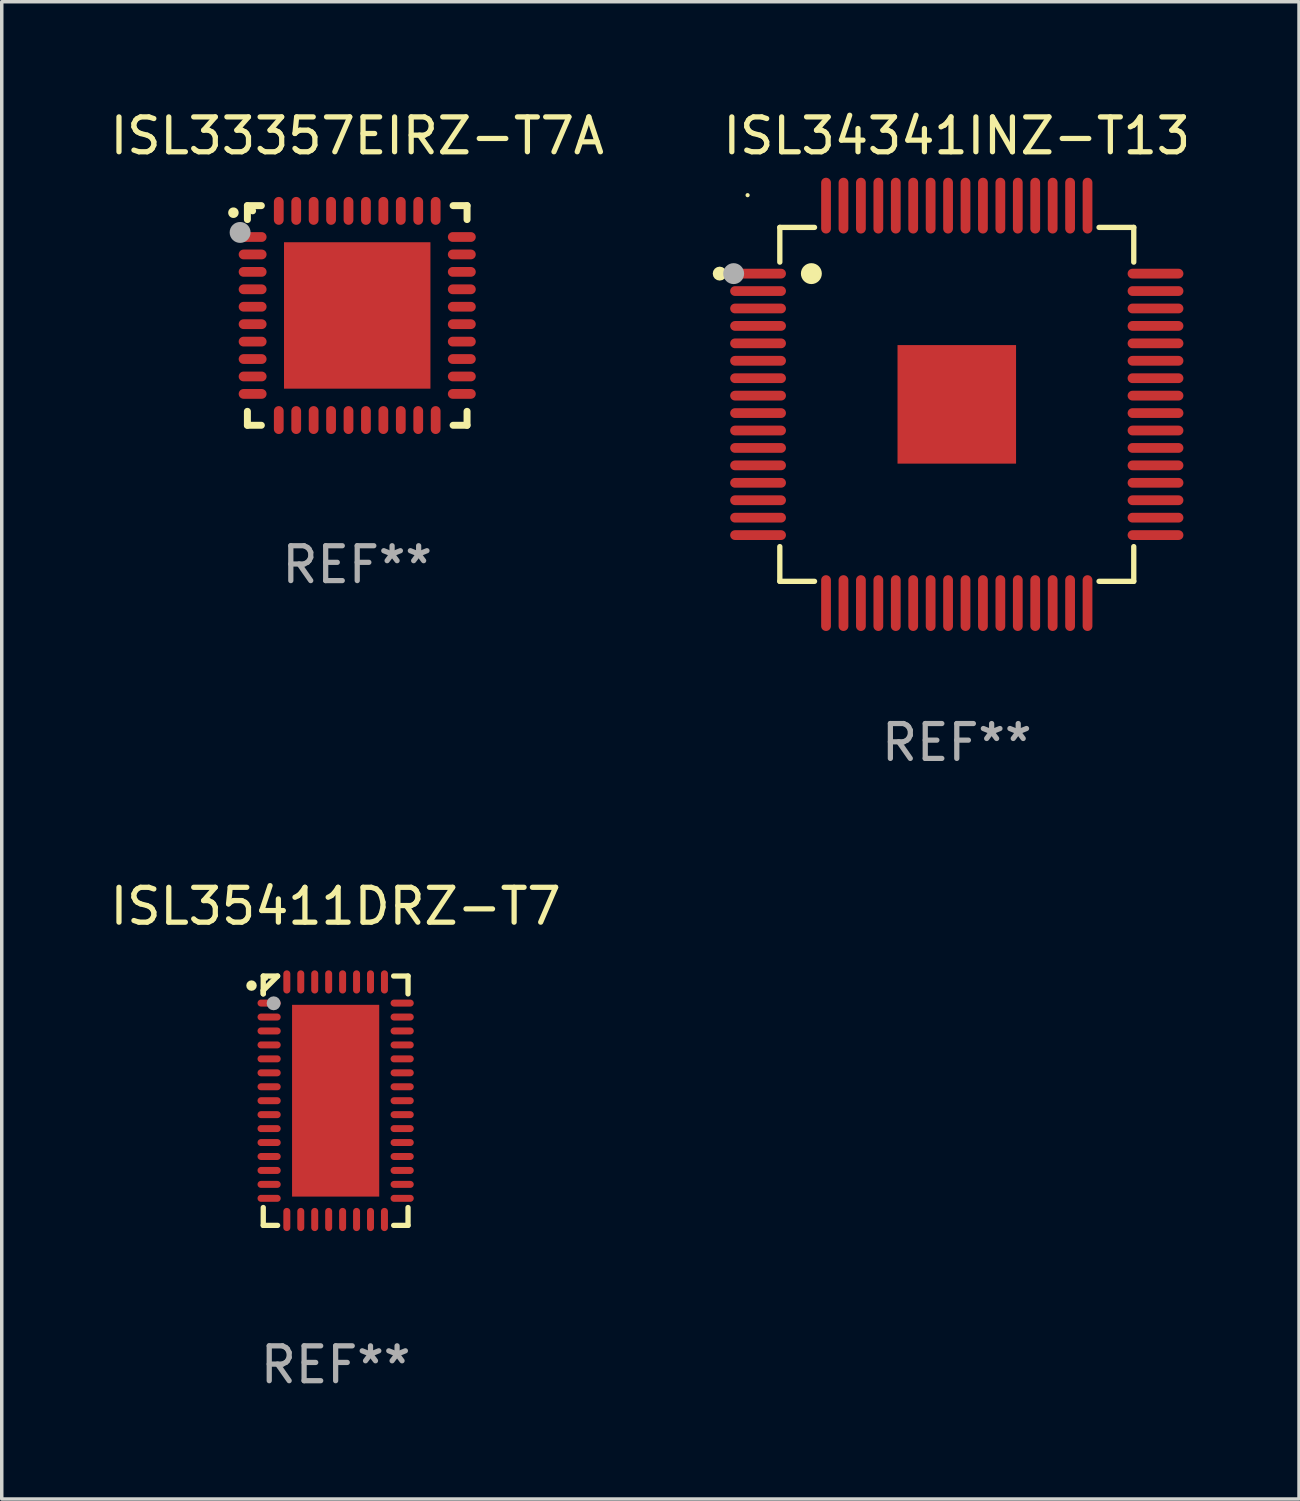
<source format=kicad_pcb>
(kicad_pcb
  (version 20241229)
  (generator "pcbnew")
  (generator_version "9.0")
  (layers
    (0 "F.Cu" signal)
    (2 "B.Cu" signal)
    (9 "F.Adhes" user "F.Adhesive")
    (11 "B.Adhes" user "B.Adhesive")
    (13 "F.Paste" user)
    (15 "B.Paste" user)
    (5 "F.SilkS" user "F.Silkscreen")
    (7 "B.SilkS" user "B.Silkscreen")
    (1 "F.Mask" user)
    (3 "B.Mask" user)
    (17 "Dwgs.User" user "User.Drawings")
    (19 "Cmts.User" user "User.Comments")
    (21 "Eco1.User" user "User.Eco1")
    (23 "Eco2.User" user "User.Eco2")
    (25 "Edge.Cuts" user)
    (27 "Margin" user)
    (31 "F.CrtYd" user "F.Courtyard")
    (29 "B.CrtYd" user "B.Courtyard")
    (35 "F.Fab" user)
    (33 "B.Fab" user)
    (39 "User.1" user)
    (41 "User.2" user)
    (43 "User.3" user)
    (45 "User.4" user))
  (footprint "ISL35411DRZ-T7"
    (layer "F.Cu")
    (at 6.577 28.521)
    (property "Reference" "ISL35411DRZ-T7" (at 0 -5.576 0) (layer "F.SilkS") (effects (font (size 1 1) (thickness 0.15))))
    (attr through_hole)
    (fp_line (start -2.076 -3.576) (end -1.664 -3.576) (stroke (width 0.152) (type solid)) (layer "F.SilkS"))
    (fp_line (start -2.076 -3.164) (end -2.076 -3.065) (stroke (width 0.152) (type solid)) (layer "F.SilkS"))
    (fp_line (start -2.076 -3.064) (end -2.076 -3.576) (stroke (width 0.152) (type solid)) (layer "F.SilkS"))
    (fp_line (start -2.076 3.064) (end -2.076 3.576) (stroke (width 0.152) (type solid)) (layer "F.SilkS"))
    (fp_line (start -2.076 3.576) (end -1.664 3.576) (stroke (width 0.152) (type solid)) (layer "F.SilkS"))
    (fp_line (start -1.664 -3.576) (end -2.076 -3.164) (stroke (width 0.152) (type solid)) (layer "F.SilkS"))
    (fp_line (start 2.076 -3.576) (end 1.664 -3.576) (stroke (width 0.152) (type solid)) (layer "F.SilkS"))
    (fp_line (start 2.076 -3.064) (end 2.076 -3.576) (stroke (width 0.152) (type solid)) (layer "F.SilkS"))
    (fp_line (start 2.076 3.064) (end 2.076 3.576) (stroke (width 0.152) (type solid)) (layer "F.SilkS"))
    (fp_line (start 2.076 3.576) (end 1.664 3.576) (stroke (width 0.152) (type solid)) (layer "F.SilkS"))
    (fp_circle (center -2.413 -3.302) (end -2.338 -3.302) (stroke (width 0.15) (type solid)) (fill no) (layer "F.SilkS"))
    (fp_circle (center -2 -3.5) (end -1.97 -3.5) (stroke (width 0.06) (type solid)) (fill no) (layer "F.SilkS"))
    (fp_circle (center -1.778 -2.794) (end -1.678 -2.794) (stroke (width 0.2) (type solid)) (fill no) (layer "F.Fab"))
    (fp_text user "REF**" (at 0 7.576 0) (layer "F.Fab") (effects (font (size 1 1) (thickness 0.15))))
    (pad "1" smd oval (at -1.908 -2.8) (size 0.665 0.2) (layers "F.Cu" "F.Mask" "F.Paste"))
    (pad "2" smd oval (at -1.908 -2.4) (size 0.665 0.2) (layers "F.Cu" "F.Mask" "F.Paste"))
    (pad "3" smd oval (at -1.908 -2) (size 0.665 0.2) (layers "F.Cu" "F.Mask" "F.Paste"))
    (pad "4" smd oval (at -1.908 -1.6) (size 0.665 0.2) (layers "F.Cu" "F.Mask" "F.Paste"))
    (pad "5" smd oval (at -1.908 -1.2) (size 0.665 0.2) (layers "F.Cu" "F.Mask" "F.Paste"))
    (pad "6" smd oval (at -1.908 -0.8) (size 0.665 0.2) (layers "F.Cu" "F.Mask" "F.Paste"))
    (pad "7" smd oval (at -1.908 -0.4) (size 0.665 0.2) (layers "F.Cu" "F.Mask" "F.Paste"))
    (pad "8" smd oval (at -1.908 0) (size 0.665 0.2) (layers "F.Cu" "F.Mask" "F.Paste"))
    (pad "9" smd oval (at -1.908 0.4) (size 0.665 0.2) (layers "F.Cu" "F.Mask" "F.Paste"))
    (pad "10" smd oval (at -1.908 0.8) (size 0.665 0.2) (layers "F.Cu" "F.Mask" "F.Paste"))
    (pad "11" smd oval (at -1.908 1.2) (size 0.665 0.2) (layers "F.Cu" "F.Mask" "F.Paste"))
    (pad "12" smd oval (at -1.908 1.6) (size 0.665 0.2) (layers "F.Cu" "F.Mask" "F.Paste"))
    (pad "13" smd oval (at -1.908 2) (size 0.665 0.2) (layers "F.Cu" "F.Mask" "F.Paste"))
    (pad "14" smd oval (at -1.908 2.4) (size 0.665 0.2) (layers "F.Cu" "F.Mask" "F.Paste"))
    (pad "15" smd oval (at -1.908 2.8) (size 0.665 0.2) (layers "F.Cu" "F.Mask" "F.Paste"))
    (pad "16" smd oval (at -1.4 3.407) (size 0.2 0.665) (layers "F.Cu" "F.Mask" "F.Paste"))
    (pad "17" smd oval (at -1 3.407) (size 0.2 0.665) (layers "F.Cu" "F.Mask" "F.Paste"))
    (pad "18" smd oval (at -0.6 3.407) (size 0.2 0.665) (layers "F.Cu" "F.Mask" "F.Paste"))
    (pad "19" smd oval (at -0.2 3.407) (size 0.2 0.665) (layers "F.Cu" "F.Mask" "F.Paste"))
    (pad "20" smd oval (at 0.2 3.407) (size 0.2 0.665) (layers "F.Cu" "F.Mask" "F.Paste"))
    (pad "21" smd oval (at 0.6 3.407) (size 0.2 0.665) (layers "F.Cu" "F.Mask" "F.Paste"))
    (pad "22" smd oval (at 1 3.407) (size 0.2 0.665) (layers "F.Cu" "F.Mask" "F.Paste"))
    (pad "23" smd oval (at 1.4 3.407) (size 0.2 0.665) (layers "F.Cu" "F.Mask" "F.Paste"))
    (pad "24" smd oval (at 1.908 2.8) (size 0.665 0.2) (layers "F.Cu" "F.Mask" "F.Paste"))
    (pad "25" smd oval (at 1.908 2.4) (size 0.665 0.2) (layers "F.Cu" "F.Mask" "F.Paste"))
    (pad "26" smd oval (at 1.908 2) (size 0.665 0.2) (layers "F.Cu" "F.Mask" "F.Paste"))
    (pad "27" smd oval (at 1.908 1.6) (size 0.665 0.2) (layers "F.Cu" "F.Mask" "F.Paste"))
    (pad "28" smd oval (at 1.908 1.2) (size 0.665 0.2) (layers "F.Cu" "F.Mask" "F.Paste"))
    (pad "29" smd oval (at 1.908 0.8) (size 0.665 0.2) (layers "F.Cu" "F.Mask" "F.Paste"))
    (pad "30" smd oval (at 1.908 0.4) (size 0.665 0.2) (layers "F.Cu" "F.Mask" "F.Paste"))
    (pad "31" smd oval (at 1.908 0) (size 0.665 0.2) (layers "F.Cu" "F.Mask" "F.Paste"))
    (pad "32" smd oval (at 1.908 -0.4) (size 0.665 0.2) (layers "F.Cu" "F.Mask" "F.Paste"))
    (pad "33" smd oval (at 1.908 -0.8) (size 0.665 0.2) (layers "F.Cu" "F.Mask" "F.Paste"))
    (pad "34" smd oval (at 1.908 -1.2) (size 0.665 0.2) (layers "F.Cu" "F.Mask" "F.Paste"))
    (pad "35" smd oval (at 1.908 -1.6) (size 0.665 0.2) (layers "F.Cu" "F.Mask" "F.Paste"))
    (pad "36" smd oval (at 1.908 -2) (size 0.665 0.2) (layers "F.Cu" "F.Mask" "F.Paste"))
    (pad "37" smd oval (at 1.908 -2.4) (size 0.665 0.2) (layers "F.Cu" "F.Mask" "F.Paste"))
    (pad "38" smd oval (at 1.908 -2.8) (size 0.665 0.2) (layers "F.Cu" "F.Mask" "F.Paste"))
    (pad "39" smd oval (at 1.4 -3.407) (size 0.2 0.665) (layers "F.Cu" "F.Mask" "F.Paste"))
    (pad "40" smd oval (at 1 -3.407) (size 0.2 0.665) (layers "F.Cu" "F.Mask" "F.Paste"))
    (pad "41" smd oval (at 0.6 -3.407) (size 0.2 0.665) (layers "F.Cu" "F.Mask" "F.Paste"))
    (pad "42" smd oval (at 0.2 -3.407) (size 0.2 0.665) (layers "F.Cu" "F.Mask" "F.Paste"))
    (pad "43" smd oval (at -0.2 -3.407) (size 0.2 0.665) (layers "F.Cu" "F.Mask" "F.Paste"))
    (pad "44" smd oval (at -0.6 -3.407) (size 0.2 0.665) (layers "F.Cu" "F.Mask" "F.Paste"))
    (pad "45" smd oval (at -1 -3.407) (size 0.2 0.665) (layers "F.Cu" "F.Mask" "F.Paste"))
    (pad "46" smd oval (at -1.4 -3.407) (size 0.2 0.665) (layers "F.Cu" "F.Mask" "F.Paste"))
    (pad "47" smd rect (at 0 0) (size 2.5 5.5) (layers "F.Cu" "F.Mask" "F.Paste")))
  (footprint "ISL33357EIRZ-T7A"
    (layer "F.Cu")
    (at 7.196 5.998)
    (property "Reference" "ISL33357EIRZ-T7A" (at 0 -5.15 0) (layer "F.SilkS") (effects (font (size 1 1) (thickness 0.15))))
    (attr through_hole)
    (fp_line (start -3.15 -3.15) (end -2.75 -3.15) (stroke (width 0.2) (type solid)) (layer "F.SilkS"))
    (fp_line (start -3.15 -2.75) (end -3.15 -3.15) (stroke (width 0.2) (type solid)) (layer "F.SilkS"))
    (fp_line (start -3.15 3.15) (end -3.15 2.75) (stroke (width 0.2) (type solid)) (layer "F.SilkS"))
    (fp_line (start -2.75 3.15) (end -3.15 3.15) (stroke (width 0.2) (type solid)) (layer "F.SilkS"))
    (fp_line (start 2.75 -3.15) (end 3.15 -3.15) (stroke (width 0.2) (type solid)) (layer "F.SilkS"))
    (fp_line (start 2.75 3.15) (end 3.15 3.15) (stroke (width 0.2) (type solid)) (layer "F.SilkS"))
    (fp_line (start 3.15 -3.15) (end 3.15 -2.75) (stroke (width 0.2) (type solid)) (layer "F.SilkS"))
    (fp_line (start 3.15 3.15) (end 3.15 2.75) (stroke (width 0.2) (type solid)) (layer "F.SilkS"))
    (fp_arc (start -3.550927 -2.946406) (mid -3.550932 -2.947676) (end -3.550927 -2.948946) (stroke (width 0.3) (type solid)) (layer "F.SilkS"))
    (fp_circle (center -3 -3) (end -2.95 -3) (stroke (width 0.1) (type solid)) (fill no) (layer "F.SilkS"))
    (fp_circle (center -3.359 -2.381) (end -3.209 -2.381) (stroke (width 0.3) (type solid)) (fill no) (layer "F.Fab"))
    (fp_text user "REF**" (at 0 7.15 0) (layer "F.Fab") (effects (font (size 1 1) (thickness 0.15))))
    (pad "1" smd oval (at -3 -2.25 90) (size 0.28 0.8) (layers "F.Cu" "F.Mask" "F.Paste"))
    (pad "2" smd oval (at -3 -1.75 90) (size 0.28 0.8) (layers "F.Cu" "F.Mask" "F.Paste"))
    (pad "3" smd oval (at -3 -1.25 90) (size 0.28 0.8) (layers "F.Cu" "F.Mask" "F.Paste"))
    (pad "4" smd oval (at -3 -0.75 90) (size 0.28 0.8) (layers "F.Cu" "F.Mask" "F.Paste"))
    (pad "5" smd oval (at -3 -0.25 90) (size 0.28 0.8) (layers "F.Cu" "F.Mask" "F.Paste"))
    (pad "6" smd oval (at -3 0.25 90) (size 0.28 0.8) (layers "F.Cu" "F.Mask" "F.Paste"))
    (pad "7" smd oval (at -3 0.75 90) (size 0.28 0.8) (layers "F.Cu" "F.Mask" "F.Paste"))
    (pad "8" smd oval (at -3 1.25 90) (size 0.28 0.8) (layers "F.Cu" "F.Mask" "F.Paste"))
    (pad "9" smd oval (at -3 1.75 90) (size 0.28 0.8) (layers "F.Cu" "F.Mask" "F.Paste"))
    (pad "10" smd oval (at -3 2.25 90) (size 0.28 0.8) (layers "F.Cu" "F.Mask" "F.Paste"))
    (pad "11" smd oval (at -2.25 3) (size 0.28 0.8) (layers "F.Cu" "F.Mask" "F.Paste"))
    (pad "12" smd oval (at -1.75 3) (size 0.28 0.8) (layers "F.Cu" "F.Mask" "F.Paste"))
    (pad "13" smd oval (at -1.25 3) (size 0.28 0.8) (layers "F.Cu" "F.Mask" "F.Paste"))
    (pad "14" smd oval (at -0.75 3) (size 0.28 0.8) (layers "F.Cu" "F.Mask" "F.Paste"))
    (pad "15" smd oval (at -0.25 3) (size 0.28 0.8) (layers "F.Cu" "F.Mask" "F.Paste"))
    (pad "16" smd oval (at 0.25 3) (size 0.28 0.8) (layers "F.Cu" "F.Mask" "F.Paste"))
    (pad "17" smd oval (at 0.75 3) (size 0.28 0.8) (layers "F.Cu" "F.Mask" "F.Paste"))
    (pad "18" smd oval (at 1.25 3) (size 0.28 0.8) (layers "F.Cu" "F.Mask" "F.Paste"))
    (pad "19" smd oval (at 1.75 3) (size 0.28 0.8) (layers "F.Cu" "F.Mask" "F.Paste"))
    (pad "20" smd oval (at 2.25 3) (size 0.28 0.8) (layers "F.Cu" "F.Mask" "F.Paste"))
    (pad "21" smd oval (at 3 2.25 90) (size 0.28 0.8) (layers "F.Cu" "F.Mask" "F.Paste"))
    (pad "22" smd oval (at 3 1.75 90) (size 0.28 0.8) (layers "F.Cu" "F.Mask" "F.Paste"))
    (pad "23" smd oval (at 3 1.25 90) (size 0.28 0.8) (layers "F.Cu" "F.Mask" "F.Paste"))
    (pad "24" smd oval (at 3 0.75 90) (size 0.28 0.8) (layers "F.Cu" "F.Mask" "F.Paste"))
    (pad "25" smd oval (at 3 0.25 90) (size 0.28 0.8) (layers "F.Cu" "F.Mask" "F.Paste"))
    (pad "26" smd oval (at 3 -0.25 90) (size 0.28 0.8) (layers "F.Cu" "F.Mask" "F.Paste"))
    (pad "27" smd oval (at 3 -0.75 90) (size 0.28 0.8) (layers "F.Cu" "F.Mask" "F.Paste"))
    (pad "28" smd oval (at 3 -1.25 90) (size 0.28 0.8) (layers "F.Cu" "F.Mask" "F.Paste"))
    (pad "29" smd oval (at 3 -1.75 90) (size 0.28 0.8) (layers "F.Cu" "F.Mask" "F.Paste"))
    (pad "30" smd oval (at 3 -2.25 90) (size 0.28 0.8) (layers "F.Cu" "F.Mask" "F.Paste"))
    (pad "31" smd oval (at 2.25 -3) (size 0.28 0.8) (layers "F.Cu" "F.Mask" "F.Paste"))
    (pad "32" smd oval (at 1.75 -3) (size 0.28 0.8) (layers "F.Cu" "F.Mask" "F.Paste"))
    (pad "33" smd oval (at 1.25 -3) (size 0.28 0.8) (layers "F.Cu" "F.Mask" "F.Paste"))
    (pad "34" smd oval (at 0.75 -3) (size 0.28 0.8) (layers "F.Cu" "F.Mask" "F.Paste"))
    (pad "35" smd oval (at 0.25 -3) (size 0.28 0.8) (layers "F.Cu" "F.Mask" "F.Paste"))
    (pad "36" smd oval (at -0.25 -3) (size 0.28 0.8) (layers "F.Cu" "F.Mask" "F.Paste"))
    (pad "37" smd oval (at -0.75 -3) (size 0.28 0.8) (layers "F.Cu" "F.Mask" "F.Paste"))
    (pad "38" smd oval (at -1.25 -3) (size 0.28 0.8) (layers "F.Cu" "F.Mask" "F.Paste"))
    (pad "39" smd oval (at -1.75 -3) (size 0.28 0.8) (layers "F.Cu" "F.Mask" "F.Paste"))
    (pad "40" smd oval (at -2.25 -3) (size 0.28 0.8) (layers "F.Cu" "F.Mask" "F.Paste"))
    (pad "41" smd rect (at -0.000102 0) (size 4.2 4.2) (layers "F.Cu" "F.Mask" "F.Paste")))
  (footprint "ISL34341INZ-T13"
    (layer "F.Cu")
    (at 24.393 8.548)
    (property "Reference" "ISL34341INZ-T13" (at 0 -7.7 0) (layer "F.SilkS") (effects (font (size 1 1) (thickness 0.15))))
    (attr through_hole)
    (fp_line (start -5.076 -5.076) (end -5.076 -4.08) (stroke (width 0.152) (type solid)) (layer "F.SilkS"))
    (fp_line (start -5.076 5.076) (end -5.076 4.08) (stroke (width 0.152) (type solid)) (layer "F.SilkS"))
    (fp_line (start -4.08 -5.076) (end -5.076 -5.076) (stroke (width 0.152) (type solid)) (layer "F.SilkS"))
    (fp_line (start -4.08 5.076) (end -5.076 5.076) (stroke (width 0.152) (type solid)) (layer "F.SilkS"))
    (fp_line (start 4.08 -5.076) (end 5.076 -5.076) (stroke (width 0.152) (type solid)) (layer "F.SilkS"))
    (fp_line (start 4.08 5.076) (end 5.076 5.076) (stroke (width 0.152) (type solid)) (layer "F.SilkS"))
    (fp_line (start 5.076 -5.076) (end 5.076 -4.08) (stroke (width 0.152) (type solid)) (layer "F.SilkS"))
    (fp_line (start 5.076 5.076) (end 5.076 4.08) (stroke (width 0.152) (type solid)) (layer "F.SilkS"))
    (fp_circle (center -6.8 -3.75) (end -6.7 -3.75) (stroke (width 0.2) (type solid)) (fill no) (layer "F.SilkS"))
    (fp_circle (center -6 -6) (end -5.97 -6) (stroke (width 0.06) (type solid)) (fill no) (layer "F.SilkS"))
    (fp_circle (center -4.171 -3.75) (end -4.021 -3.75) (stroke (width 0.3) (type solid)) (fill no) (layer "F.SilkS"))
    (fp_circle (center -6.4 -3.75) (end -6.25 -3.75) (stroke (width 0.3) (type solid)) (fill no) (layer "F.Fab"))
    (fp_text user "REF**" (at 0 9.7 0) (layer "F.Fab") (effects (font (size 1 1) (thickness 0.15))))
    (pad "1" smd oval (at -5.7 -3.75 270) (size 0.28 1.6) (layers "F.Cu" "F.Mask" "F.Paste"))
    (pad "2" smd oval (at -5.7 -3.25 270) (size 0.28 1.6) (layers "F.Cu" "F.Mask" "F.Paste"))
    (pad "3" smd oval (at -5.7 -2.75 270) (size 0.28 1.6) (layers "F.Cu" "F.Mask" "F.Paste"))
    (pad "4" smd oval (at -5.7 -2.25 270) (size 0.28 1.6) (layers "F.Cu" "F.Mask" "F.Paste"))
    (pad "5" smd oval (at -5.7 -1.75 270) (size 0.28 1.6) (layers "F.Cu" "F.Mask" "F.Paste"))
    (pad "6" smd oval (at -5.7 -1.25 270) (size 0.28 1.6) (layers "F.Cu" "F.Mask" "F.Paste"))
    (pad "7" smd oval (at -5.7 -0.75 270) (size 0.28 1.6) (layers "F.Cu" "F.Mask" "F.Paste"))
    (pad "8" smd oval (at -5.7 -0.25 270) (size 0.28 1.6) (layers "F.Cu" "F.Mask" "F.Paste"))
    (pad "9" smd oval (at -5.7 0.25 270) (size 0.28 1.6) (layers "F.Cu" "F.Mask" "F.Paste"))
    (pad "10" smd oval (at -5.7 0.75 270) (size 0.28 1.6) (layers "F.Cu" "F.Mask" "F.Paste"))
    (pad "11" smd oval (at -5.7 1.25 270) (size 0.28 1.6) (layers "F.Cu" "F.Mask" "F.Paste"))
    (pad "12" smd oval (at -5.7 1.75 270) (size 0.28 1.6) (layers "F.Cu" "F.Mask" "F.Paste"))
    (pad "13" smd oval (at -5.7 2.25 270) (size 0.28 1.6) (layers "F.Cu" "F.Mask" "F.Paste"))
    (pad "14" smd oval (at -5.7 2.75 270) (size 0.28 1.6) (layers "F.Cu" "F.Mask" "F.Paste"))
    (pad "15" smd oval (at -5.7 3.25 270) (size 0.28 1.6) (layers "F.Cu" "F.Mask" "F.Paste"))
    (pad "16" smd oval (at -5.7 3.75 270) (size 0.28 1.6) (layers "F.Cu" "F.Mask" "F.Paste"))
    (pad "17" smd oval (at -3.75 5.7 270) (size 1.6 0.28) (layers "F.Cu" "F.Mask" "F.Paste"))
    (pad "18" smd oval (at -3.25 5.7 270) (size 1.6 0.28) (layers "F.Cu" "F.Mask" "F.Paste"))
    (pad "19" smd oval (at -2.75 5.7 270) (size 1.6 0.28) (layers "F.Cu" "F.Mask" "F.Paste"))
    (pad "20" smd oval (at -2.25 5.7 270) (size 1.6 0.28) (layers "F.Cu" "F.Mask" "F.Paste"))
    (pad "21" smd oval (at -1.75 5.7 270) (size 1.6 0.28) (layers "F.Cu" "F.Mask" "F.Paste"))
    (pad "22" smd oval (at -1.25 5.7 270) (size 1.6 0.28) (layers "F.Cu" "F.Mask" "F.Paste"))
    (pad "23" smd oval (at -0.75 5.7 270) (size 1.6 0.28) (layers "F.Cu" "F.Mask" "F.Paste"))
    (pad "24" smd oval (at -0.25 5.7 270) (size 1.6 0.28) (layers "F.Cu" "F.Mask" "F.Paste"))
    (pad "25" smd oval (at 0.25 5.7 270) (size 1.6 0.28) (layers "F.Cu" "F.Mask" "F.Paste"))
    (pad "26" smd oval (at 0.75 5.7 270) (size 1.6 0.28) (layers "F.Cu" "F.Mask" "F.Paste"))
    (pad "27" smd oval (at 1.25 5.7 270) (size 1.6 0.28) (layers "F.Cu" "F.Mask" "F.Paste"))
    (pad "28" smd oval (at 1.75 5.7 270) (size 1.6 0.28) (layers "F.Cu" "F.Mask" "F.Paste"))
    (pad "29" smd oval (at 2.25 5.7 270) (size 1.6 0.28) (layers "F.Cu" "F.Mask" "F.Paste"))
    (pad "30" smd oval (at 2.75 5.7 270) (size 1.6 0.28) (layers "F.Cu" "F.Mask" "F.Paste"))
    (pad "31" smd oval (at 3.25 5.7 270) (size 1.6 0.28) (layers "F.Cu" "F.Mask" "F.Paste"))
    (pad "32" smd oval (at 3.75 5.7 270) (size 1.6 0.28) (layers "F.Cu" "F.Mask" "F.Paste"))
    (pad "33" smd oval (at 5.7 3.75 270) (size 0.28 1.6) (layers "F.Cu" "F.Mask" "F.Paste"))
    (pad "34" smd oval (at 5.7 3.25 270) (size 0.28 1.6) (layers "F.Cu" "F.Mask" "F.Paste"))
    (pad "35" smd oval (at 5.7 2.75 270) (size 0.28 1.6) (layers "F.Cu" "F.Mask" "F.Paste"))
    (pad "36" smd oval (at 5.7 2.25 270) (size 0.28 1.6) (layers "F.Cu" "F.Mask" "F.Paste"))
    (pad "37" smd oval (at 5.7 1.75 270) (size 0.28 1.6) (layers "F.Cu" "F.Mask" "F.Paste"))
    (pad "38" smd oval (at 5.7 1.25 270) (size 0.28 1.6) (layers "F.Cu" "F.Mask" "F.Paste"))
    (pad "39" smd oval (at 5.7 0.75 270) (size 0.28 1.6) (layers "F.Cu" "F.Mask" "F.Paste"))
    (pad "40" smd oval (at 5.7 0.25 270) (size 0.28 1.6) (layers "F.Cu" "F.Mask" "F.Paste"))
    (pad "41" smd oval (at 5.7 -0.25 270) (size 0.28 1.6) (layers "F.Cu" "F.Mask" "F.Paste"))
    (pad "42" smd oval (at 5.7 -0.75 270) (size 0.28 1.6) (layers "F.Cu" "F.Mask" "F.Paste"))
    (pad "43" smd oval (at 5.7 -1.25 270) (size 0.28 1.6) (layers "F.Cu" "F.Mask" "F.Paste"))
    (pad "44" smd oval (at 5.7 -1.75 270) (size 0.28 1.6) (layers "F.Cu" "F.Mask" "F.Paste"))
    (pad "45" smd oval (at 5.7 -2.25 270) (size 0.28 1.6) (layers "F.Cu" "F.Mask" "F.Paste"))
    (pad "46" smd oval (at 5.7 -2.75 270) (size 0.28 1.6) (layers "F.Cu" "F.Mask" "F.Paste"))
    (pad "47" smd oval (at 5.7 -3.25 270) (size 0.28 1.6) (layers "F.Cu" "F.Mask" "F.Paste"))
    (pad "48" smd oval (at 5.7 -3.75 270) (size 0.28 1.6) (layers "F.Cu" "F.Mask" "F.Paste"))
    (pad "49" smd oval (at 3.75 -5.7 270) (size 1.6 0.28) (layers "F.Cu" "F.Mask" "F.Paste"))
    (pad "50" smd oval (at 3.25 -5.7 270) (size 1.6 0.28) (layers "F.Cu" "F.Mask" "F.Paste"))
    (pad "51" smd oval (at 2.75 -5.7 270) (size 1.6 0.28) (layers "F.Cu" "F.Mask" "F.Paste"))
    (pad "52" smd oval (at 2.25 -5.7 270) (size 1.6 0.28) (layers "F.Cu" "F.Mask" "F.Paste"))
    (pad "53" smd oval (at 1.75 -5.7 270) (size 1.6 0.28) (layers "F.Cu" "F.Mask" "F.Paste"))
    (pad "54" smd oval (at 1.25 -5.7 270) (size 1.6 0.28) (layers "F.Cu" "F.Mask" "F.Paste"))
    (pad "55" smd oval (at 0.75 -5.7 270) (size 1.6 0.28) (layers "F.Cu" "F.Mask" "F.Paste"))
    (pad "56" smd oval (at 0.25 -5.7 270) (size 1.6 0.28) (layers "F.Cu" "F.Mask" "F.Paste"))
    (pad "57" smd oval (at -0.25 -5.7 270) (size 1.6 0.28) (layers "F.Cu" "F.Mask" "F.Paste"))
    (pad "58" smd oval (at -0.75 -5.7 270) (size 1.6 0.28) (layers "F.Cu" "F.Mask" "F.Paste"))
    (pad "59" smd oval (at -1.25 -5.7 270) (size 1.6 0.28) (layers "F.Cu" "F.Mask" "F.Paste"))
    (pad "60" smd oval (at -1.75 -5.7 270) (size 1.6 0.28) (layers "F.Cu" "F.Mask" "F.Paste"))
    (pad "61" smd oval (at -2.25 -5.7 270) (size 1.6 0.28) (layers "F.Cu" "F.Mask" "F.Paste"))
    (pad "62" smd oval (at -2.75 -5.7 270) (size 1.6 0.28) (layers "F.Cu" "F.Mask" "F.Paste"))
    (pad "63" smd oval (at -3.25 -5.7 270) (size 1.6 0.28) (layers "F.Cu" "F.Mask" "F.Paste"))
    (pad "64" smd oval (at -3.75 -5.7 270) (size 1.6 0.28) (layers "F.Cu" "F.Mask" "F.Paste"))
    (pad "65" smd rect (at 0 0 270) (size 3.4 3.4) (layers "F.Cu" "F.Mask" "F.Paste")))
  (gr_rect
    (start -3 -3)
    (end 34.209 39.945)
    (stroke (width 0.1) (type default))
    (fill no)
    (layer "Edge.Cuts")))
</source>
